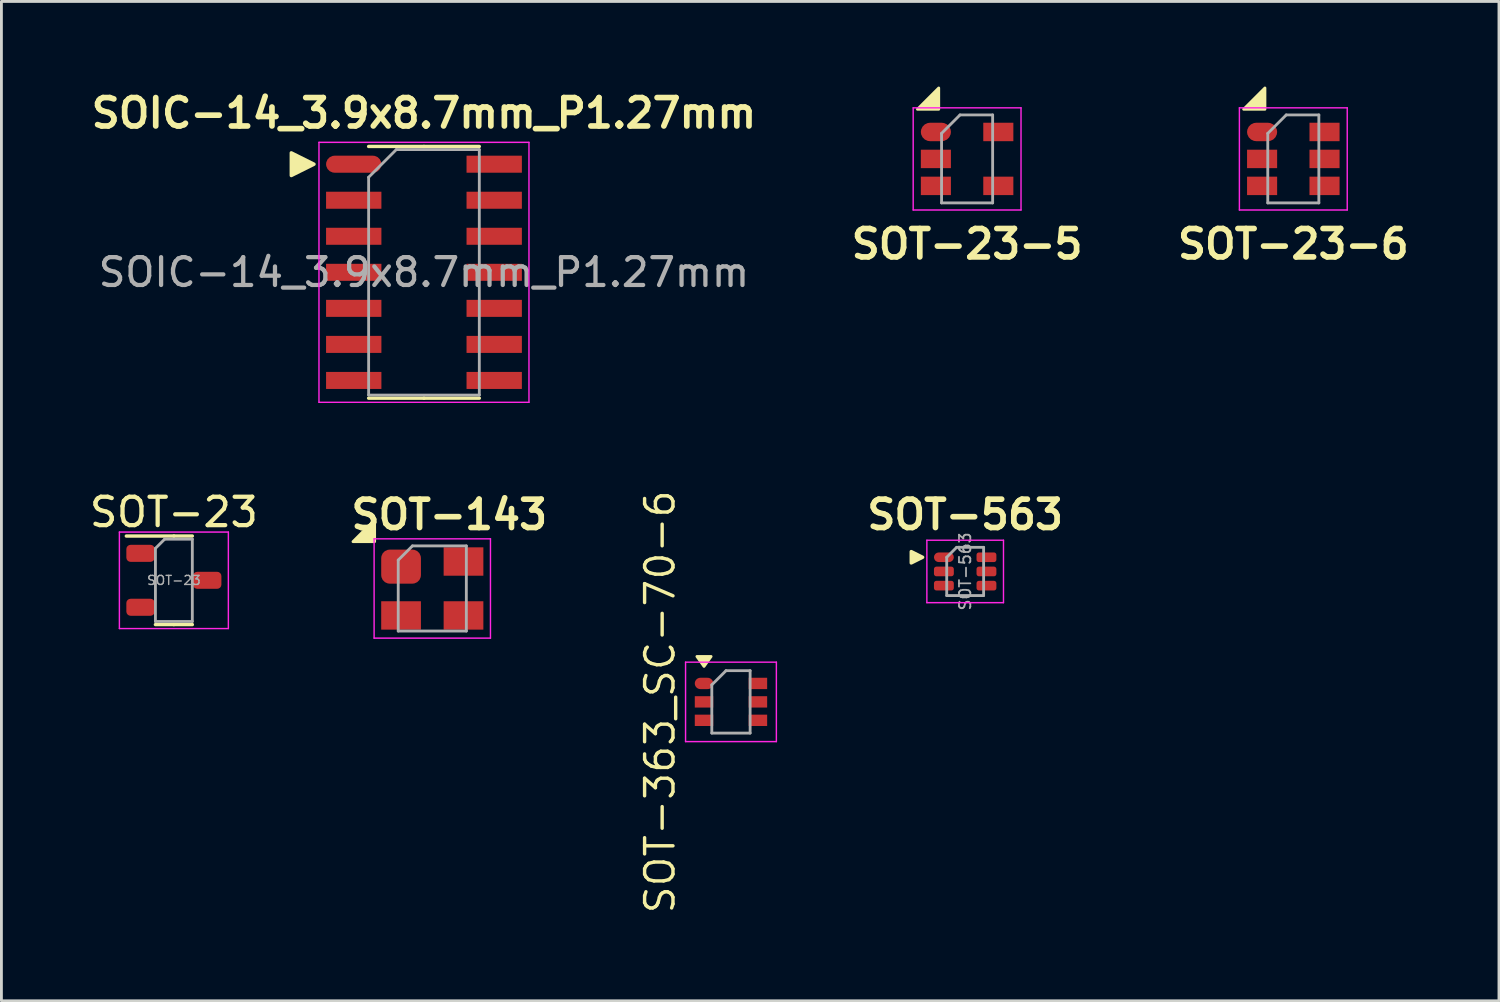
<source format=kicad_pcb>
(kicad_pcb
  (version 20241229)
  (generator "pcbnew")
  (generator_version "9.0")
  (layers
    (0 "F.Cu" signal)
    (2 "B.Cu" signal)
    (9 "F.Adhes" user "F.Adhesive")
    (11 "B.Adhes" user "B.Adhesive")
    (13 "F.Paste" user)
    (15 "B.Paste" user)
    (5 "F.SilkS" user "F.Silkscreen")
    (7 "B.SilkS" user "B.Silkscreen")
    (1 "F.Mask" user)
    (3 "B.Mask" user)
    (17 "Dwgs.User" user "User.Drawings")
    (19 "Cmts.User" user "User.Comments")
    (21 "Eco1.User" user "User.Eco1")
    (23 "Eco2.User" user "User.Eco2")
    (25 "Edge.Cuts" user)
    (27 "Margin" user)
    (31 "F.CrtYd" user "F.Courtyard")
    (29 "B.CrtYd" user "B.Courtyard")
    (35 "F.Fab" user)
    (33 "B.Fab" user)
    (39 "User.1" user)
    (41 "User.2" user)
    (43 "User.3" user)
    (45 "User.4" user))
  (footprint "SOT-23-5"
    (layer "F.Cu")
    (at 31.029 2.55)
    (property "Reference" "SOT-23-5" (at 0 3 0) (layer "F.SilkS") (effects (font (size 1 1) (thickness 0.2))))
    (attr smd)
    (fp_poly (pts (xy -1.75 -1.75) (xy -1 -1.75) (xy -1 -2.5)) (stroke (width 0.1) (type solid)) (fill yes) (layer "F.SilkS"))
    (fp_line (start -1.9 -1.8) (end -1.9 1.8) (stroke (width 0.05) (type solid)) (layer "F.CrtYd"))
    (fp_line (start -1.9 1.8) (end 1.9 1.8) (stroke (width 0.05) (type solid)) (layer "F.CrtYd"))
    (fp_line (start 1.9 -1.8) (end -1.9 -1.8) (stroke (width 0.05) (type solid)) (layer "F.CrtYd"))
    (fp_line (start 1.9 1.8) (end 1.9 -1.8) (stroke (width 0.05) (type solid)) (layer "F.CrtYd"))
    (fp_line (start -0.9 -0.9) (end -0.9 1.55) (stroke (width 0.1) (type solid)) (layer "F.Fab"))
    (fp_line (start -0.9 -0.9) (end -0.25 -1.55) (stroke (width 0.1) (type solid)) (layer "F.Fab"))
    (fp_line (start 0.9 -1.55) (end -0.25 -1.55) (stroke (width 0.1) (type solid)) (layer "F.Fab"))
    (fp_line (start 0.9 -1.55) (end 0.9 1.55) (stroke (width 0.1) (type solid)) (layer "F.Fab"))
    (fp_line (start 0.9 1.55) (end -0.9 1.55) (stroke (width 0.1) (type solid)) (layer "F.Fab"))
    (pad "1" smd roundrect (at -1.1 -0.95) (size 1.06 0.65) (layers "F.Cu" "F.Mask" "F.Paste") (roundrect_rratio 0.5))
    (pad "2" smd rect (at -1.1 0) (size 1.06 0.65) (layers "F.Cu" "F.Mask" "F.Paste"))
    (pad "3" smd rect (at -1.1 0.95) (size 1.06 0.65) (layers "F.Cu" "F.Mask" "F.Paste"))
    (pad "4" smd rect (at 1.1 0.95) (size 1.06 0.65) (layers "F.Cu" "F.Mask" "F.Paste"))
    (pad "5" smd rect (at 1.1 -0.95) (size 1.06 0.65) (layers "F.Cu" "F.Mask" "F.Paste")))
  (footprint "SOT-23"
    (layer "F.Cu")
    (at 3.077 17.399)
    (property "Reference" "SOT-23" (at 0 -2.4 0) (layer "F.SilkS") (effects (font (size 1 1) (thickness 0.15))))
    (attr smd)
    (fp_line (start 0 -1.56) (end -1.675 -1.56) (stroke (width 0.12) (type solid)) (layer "F.SilkS"))
    (fp_line (start 0 -1.56) (end 0.65 -1.56) (stroke (width 0.12) (type solid)) (layer "F.SilkS"))
    (fp_line (start 0 1.56) (end -0.65 1.56) (stroke (width 0.12) (type solid)) (layer "F.SilkS"))
    (fp_line (start 0 1.56) (end 0.65 1.56) (stroke (width 0.12) (type solid)) (layer "F.SilkS"))
    (fp_line (start -1.92 -1.7) (end -1.92 1.7) (stroke (width 0.05) (type solid)) (layer "F.CrtYd"))
    (fp_line (start -1.92 1.7) (end 1.92 1.7) (stroke (width 0.05) (type solid)) (layer "F.CrtYd"))
    (fp_line (start 1.92 -1.7) (end -1.92 -1.7) (stroke (width 0.05) (type solid)) (layer "F.CrtYd"))
    (fp_line (start 1.92 1.7) (end 1.92 -1.7) (stroke (width 0.05) (type solid)) (layer "F.CrtYd"))
    (fp_line (start -0.65 -1.125) (end -0.325 -1.45) (stroke (width 0.1) (type solid)) (layer "F.Fab"))
    (fp_line (start -0.65 1.45) (end -0.65 -1.125) (stroke (width 0.1) (type solid)) (layer "F.Fab"))
    (fp_line (start -0.325 -1.45) (end 0.65 -1.45) (stroke (width 0.1) (type solid)) (layer "F.Fab"))
    (fp_line (start 0.65 -1.45) (end 0.65 1.45) (stroke (width 0.1) (type solid)) (layer "F.Fab"))
    (fp_line (start 0.65 1.45) (end -0.65 1.45) (stroke (width 0.1) (type solid)) (layer "F.Fab"))
    (fp_text user "${REFERENCE}" (at 0 0 0) (layer "F.Fab") (effects (font (size 0.32 0.32) (thickness 0.05))))
    (pad "1" smd roundrect (at -1.175 -0.95) (size 1 0.6) (layers "F.Cu" "F.Mask" "F.Paste") (roundrect_rratio 0.25))
    (pad "2" smd roundrect (at -1.175 0.95) (size 1 0.6) (layers "F.Cu" "F.Mask" "F.Paste") (roundrect_rratio 0.25))
    (pad "3" smd roundrect (at 1.175 0) (size 1 0.6) (layers "F.Cu" "F.Mask" "F.Paste") (roundrect_rratio 0.25)))
  (footprint "SOT-363_SC-70-6"
    (layer "F.Cu")
    (at 22.708 21.683)
    (property "Reference" "SOT-363_SC-70-6" (at -2.5 0 90) (layer "F.SilkS") (effects (font (size 1 1) (thickness 0.12))))
    (attr smd)
    (fp_poly (pts (xy -0.95 -1.25) (xy -1.2 -1.6) (xy -0.7 -1.6)) (stroke (width 0.1) (type solid)) (fill yes) (layer "F.SilkS"))
    (fp_line (start -1.6 -1.4) (end -1.6 1.4) (stroke (width 0.05) (type solid)) (layer "F.CrtYd"))
    (fp_line (start -1.6 -1.4) (end 1.6 -1.4) (stroke (width 0.05) (type solid)) (layer "F.CrtYd"))
    (fp_line (start -1.6 1.4) (end 1.6 1.4) (stroke (width 0.05) (type solid)) (layer "F.CrtYd"))
    (fp_line (start 1.6 1.4) (end 1.6 -1.4) (stroke (width 0.05) (type solid)) (layer "F.CrtYd"))
    (fp_line (start -0.675 -0.6) (end -0.675 1.1) (stroke (width 0.1) (type solid)) (layer "F.Fab"))
    (fp_line (start -0.175 -1.1) (end -0.675 -0.6) (stroke (width 0.1) (type solid)) (layer "F.Fab"))
    (fp_line (start 0.675 -1.1) (end -0.175 -1.1) (stroke (width 0.1) (type solid)) (layer "F.Fab"))
    (fp_line (start 0.675 -1.1) (end 0.675 1.1) (stroke (width 0.1) (type solid)) (layer "F.Fab"))
    (fp_line (start 0.675 1.1) (end -0.675 1.1) (stroke (width 0.1) (type solid)) (layer "F.Fab"))
    (pad "1" smd oval (at -0.95 -0.65) (size 0.65 0.4) (layers "F.Cu" "F.Mask" "F.Paste"))
    (pad "2" smd rect (at -0.95 0) (size 0.65 0.4) (layers "F.Cu" "F.Mask" "F.Paste"))
    (pad "3" smd rect (at -0.95 0.65) (size 0.65 0.4) (layers "F.Cu" "F.Mask" "F.Paste"))
    (pad "4" smd rect (at 0.95 0.65) (size 0.65 0.4) (layers "F.Cu" "F.Mask" "F.Paste"))
    (pad "5" smd rect (at 0.95 0) (size 0.65 0.4) (layers "F.Cu" "F.Mask" "F.Paste"))
    (pad "6" smd rect (at 0.95 -0.65) (size 0.65 0.4) (layers "F.Cu" "F.Mask" "F.Paste")))
  (footprint "SOT-143"
    (layer "F.Cu")
    (at 12.183 17.687)
    (property "Reference" "SOT-143" (at 0.6 -2.6 0) (layer "F.SilkS") (effects (font (size 1 1) (thickness 0.2))))
    (attr smd)
    (fp_poly (pts (xy -2.032 -1.651) (xy -2.794 -1.651) (xy -2.032 -2.413)) (stroke (width 0.1) (type solid)) (fill yes) (layer "F.SilkS"))
    (fp_line (start -2.05 1.75) (end -2.05 -1.75) (stroke (width 0.05) (type solid)) (layer "F.CrtYd"))
    (fp_line (start -2.05 1.75) (end 2.05 1.75) (stroke (width 0.05) (type solid)) (layer "F.CrtYd"))
    (fp_line (start 2.05 -1.75) (end -2.05 -1.75) (stroke (width 0.05) (type solid)) (layer "F.CrtYd"))
    (fp_line (start 2.05 -1.75) (end 2.05 1.75) (stroke (width 0.05) (type solid)) (layer "F.CrtYd"))
    (fp_line (start -1.2 -1) (end -0.7 -1.5) (stroke (width 0.1) (type solid)) (layer "F.Fab"))
    (fp_line (start -1.2 1.5) (end -1.2 -1) (stroke (width 0.1) (type solid)) (layer "F.Fab"))
    (fp_line (start -0.7 -1.5) (end 1.2 -1.5) (stroke (width 0.1) (type solid)) (layer "F.Fab"))
    (fp_line (start 1.2 -1.5) (end 1.2 1.5) (stroke (width 0.1) (type solid)) (layer "F.Fab"))
    (fp_line (start 1.2 1.5) (end -1.2 1.5) (stroke (width 0.1) (type solid)) (layer "F.Fab"))
    (pad "1" smd roundrect (at -1.1 -0.77 270) (size 1.2 1.4) (layers "F.Cu" "F.Mask" "F.Paste") (roundrect_rratio 0.25))
    (pad "2" smd rect (at -1.1 0.95 270) (size 1 1.4) (layers "F.Cu" "F.Mask" "F.Paste"))
    (pad "3" smd rect (at 1.1 0.95 270) (size 1 1.4) (layers "F.Cu" "F.Mask" "F.Paste"))
    (pad "4" smd rect (at 1.1 -0.95 270) (size 1 1.4) (layers "F.Cu" "F.Mask" "F.Paste")))
  (footprint "SOT-563"
    (layer "F.Cu")
    (at 30.961 17.087)
    (property "Reference" "SOT-563" (at 0 -2 0) (layer "F.SilkS") (effects (font (size 1 1) (thickness 0.2))))
    (attr smd)
    (fp_poly (pts (xy -1.5 -0.5) (xy -1.9 -0.3) (xy -1.9 -0.7)) (stroke (width 0.12) (type solid)) (fill yes) (layer "F.SilkS"))
    (fp_line (start -1.35 -1.1) (end -1.35 1.1) (stroke (width 0.05) (type solid)) (layer "F.CrtYd"))
    (fp_line (start -1.35 -1.1) (end 1.35 -1.1) (stroke (width 0.05) (type solid)) (layer "F.CrtYd"))
    (fp_line (start 1.35 1.1) (end -1.35 1.1) (stroke (width 0.05) (type solid)) (layer "F.CrtYd"))
    (fp_line (start 1.35 1.1) (end 1.35 -1.1) (stroke (width 0.05) (type solid)) (layer "F.CrtYd"))
    (fp_line (start -0.65 -0.5) (end -0.65 0.85) (stroke (width 0.1) (type solid)) (layer "F.Fab"))
    (fp_line (start -0.65 -0.5) (end -0.3 -0.85) (stroke (width 0.1) (type solid)) (layer "F.Fab"))
    (fp_line (start -0.65 0.85) (end 0.65 0.85) (stroke (width 0.1) (type solid)) (layer "F.Fab"))
    (fp_line (start 0.65 -0.85) (end -0.3 -0.85) (stroke (width 0.1) (type solid)) (layer "F.Fab"))
    (fp_line (start 0.65 0.85) (end 0.65 -0.85) (stroke (width 0.1) (type solid)) (layer "F.Fab"))
    (fp_text user "${REFERENCE}" (at 0 0 90) (layer "F.Fab") (effects (font (size 0.4 0.4) (thickness 0.062))))
    (pad "1" smd roundrect (at -0.75 -0.5) (size 0.7 0.34) (layers "F.Cu" "F.Mask" "F.Paste") (roundrect_rratio 0.5))
    (pad "2" smd roundrect (at -0.75 0) (size 0.7 0.34) (layers "F.Cu" "F.Mask" "F.Paste") (roundrect_rratio 0.25))
    (pad "3" smd roundrect (at -0.75 0.5) (size 0.7 0.34) (layers "F.Cu" "F.Mask" "F.Paste") (roundrect_rratio 0.25))
    (pad "4" smd roundrect (at 0.75 0.5) (size 0.7 0.34) (layers "F.Cu" "F.Mask" "F.Paste") (roundrect_rratio 0.25))
    (pad "5" smd roundrect (at 0.75 0) (size 0.7 0.34) (layers "F.Cu" "F.Mask" "F.Paste") (roundrect_rratio 0.25))
    (pad "6" smd roundrect (at 0.75 -0.5) (size 0.7 0.34) (layers "F.Cu" "F.Mask" "F.Paste") (roundrect_rratio 0.25)))
  (footprint "SOT-23-6"
    (layer "F.Cu")
    (at 42.524 2.55)
    (property "Reference" "SOT-23-6" (at 0 3 0) (layer "F.SilkS") (effects (font (size 1 1) (thickness 0.2))))
    (attr smd)
    (fp_poly (pts (xy -1.75 -1.75) (xy -1 -1.75) (xy -1 -2.5)) (stroke (width 0.1) (type solid)) (fill yes) (layer "F.SilkS"))
    (fp_line (start -1.9 -1.8) (end -1.9 1.8) (stroke (width 0.05) (type solid)) (layer "F.CrtYd"))
    (fp_line (start -1.9 1.8) (end 1.9 1.8) (stroke (width 0.05) (type solid)) (layer "F.CrtYd"))
    (fp_line (start 1.9 -1.8) (end -1.9 -1.8) (stroke (width 0.05) (type solid)) (layer "F.CrtYd"))
    (fp_line (start 1.9 1.8) (end 1.9 -1.8) (stroke (width 0.05) (type solid)) (layer "F.CrtYd"))
    (fp_line (start -0.9 -0.9) (end -0.9 1.55) (stroke (width 0.1) (type solid)) (layer "F.Fab"))
    (fp_line (start -0.9 -0.9) (end -0.25 -1.55) (stroke (width 0.1) (type solid)) (layer "F.Fab"))
    (fp_line (start 0.9 -1.55) (end -0.25 -1.55) (stroke (width 0.1) (type solid)) (layer "F.Fab"))
    (fp_line (start 0.9 -1.55) (end 0.9 1.55) (stroke (width 0.1) (type solid)) (layer "F.Fab"))
    (fp_line (start 0.9 1.55) (end -0.9 1.55) (stroke (width 0.1) (type solid)) (layer "F.Fab"))
    (pad "1" smd roundrect (at -1.1 -0.95) (size 1.06 0.65) (layers "F.Cu" "F.Mask" "F.Paste") (roundrect_rratio 0.5))
    (pad "2" smd rect (at -1.1 0) (size 1.06 0.65) (layers "F.Cu" "F.Mask" "F.Paste"))
    (pad "3" smd rect (at -1.1 0.95) (size 1.06 0.65) (layers "F.Cu" "F.Mask" "F.Paste"))
    (pad "4" smd rect (at 1.1 0.95) (size 1.06 0.65) (layers "F.Cu" "F.Mask" "F.Paste"))
    (pad "5" smd rect (at 1.1 0) (size 1.06 0.65) (layers "F.Cu" "F.Mask" "F.Paste"))
    (pad "6" smd rect (at 1.1 -0.95) (size 1.06 0.65) (layers "F.Cu" "F.Mask" "F.Paste")))
  (footprint "SOIC-14_3.9x8.7mm_P1.27mm"
    (layer "F.Cu")
    (at 11.89 6.546)
    (property "Reference" "SOIC-14_3.9x8.7mm_P1.27mm" (at 0 -5.61 0) (layer "F.SilkS") (effects (font (size 1 1) (thickness 0.2) (bold yes))))
    (attr smd)
    (fp_line (start 0 -4.435) (end -1.95 -4.435) (stroke (width 0.12) (type solid)) (layer "F.SilkS"))
    (fp_line (start 0 -4.435) (end 1.95 -4.435) (stroke (width 0.12) (type solid)) (layer "F.SilkS"))
    (fp_line (start 0 4.435) (end -1.95 4.435) (stroke (width 0.12) (type solid)) (layer "F.SilkS"))
    (fp_line (start 0 4.435) (end 1.95 4.435) (stroke (width 0.12) (type solid)) (layer "F.SilkS"))
    (fp_poly (pts (xy -3.875 -3.81) (xy -4.675 -3.41) (xy -4.675 -4.21) (xy -3.875 -3.81)) (stroke (width 0.12) (type solid)) (fill yes) (layer "F.SilkS"))
    (fp_line (start -3.7 -4.58) (end -3.7 4.58) (stroke (width 0.05) (type solid)) (layer "F.CrtYd"))
    (fp_line (start -3.7 4.58) (end 3.7 4.58) (stroke (width 0.05) (type solid)) (layer "F.CrtYd"))
    (fp_line (start 3.7 -4.58) (end -3.7 -4.58) (stroke (width 0.05) (type solid)) (layer "F.CrtYd"))
    (fp_line (start 3.7 4.58) (end 3.7 -4.58) (stroke (width 0.05) (type solid)) (layer "F.CrtYd"))
    (fp_line (start -1.95 -3.35) (end -0.975 -4.325) (stroke (width 0.1) (type solid)) (layer "F.Fab"))
    (fp_line (start -1.95 4.325) (end -1.95 -3.35) (stroke (width 0.1) (type solid)) (layer "F.Fab"))
    (fp_line (start -0.975 -4.325) (end 1.95 -4.325) (stroke (width 0.1) (type solid)) (layer "F.Fab"))
    (fp_line (start 1.95 -4.325) (end 1.95 4.325) (stroke (width 0.1) (type solid)) (layer "F.Fab"))
    (fp_line (start 1.95 4.325) (end -1.95 4.325) (stroke (width 0.1) (type solid)) (layer "F.Fab"))
    (fp_text user "${REFERENCE}" (at 0 0 0) (layer "F.Fab") (effects (font (size 0.98 0.98) (thickness 0.15))))
    (pad "1" smd roundrect (at -2.475 -3.81) (size 1.95 0.6) (layers "F.Cu" "F.Mask" "F.Paste") (roundrect_rratio 0.5))
    (pad "2" smd rect (at -2.475 -2.54) (size 1.95 0.6) (layers "F.Cu" "F.Mask" "F.Paste"))
    (pad "3" smd rect (at -2.475 -1.27) (size 1.95 0.6) (layers "F.Cu" "F.Mask" "F.Paste"))
    (pad "4" smd rect (at -2.475 0) (size 1.95 0.6) (layers "F.Cu" "F.Mask" "F.Paste"))
    (pad "5" smd rect (at -2.475 1.27) (size 1.95 0.6) (layers "F.Cu" "F.Mask" "F.Paste"))
    (pad "6" smd rect (at -2.475 2.54) (size 1.95 0.6) (layers "F.Cu" "F.Mask" "F.Paste"))
    (pad "7" smd rect (at -2.475 3.81) (size 1.95 0.6) (layers "F.Cu" "F.Mask" "F.Paste"))
    (pad "8" smd rect (at 2.475 3.81) (size 1.95 0.6) (layers "F.Cu" "F.Mask" "F.Paste"))
    (pad "9" smd rect (at 2.475 2.54) (size 1.95 0.6) (layers "F.Cu" "F.Mask" "F.Paste"))
    (pad "10" smd rect (at 2.475 1.27) (size 1.95 0.6) (layers "F.Cu" "F.Mask" "F.Paste"))
    (pad "11" smd rect (at 2.475 0) (size 1.95 0.6) (layers "F.Cu" "F.Mask" "F.Paste"))
    (pad "12" smd rect (at 2.475 -1.27) (size 1.95 0.6) (layers "F.Cu" "F.Mask" "F.Paste"))
    (pad "13" smd rect (at 2.475 -2.54) (size 1.95 0.6) (layers "F.Cu" "F.Mask" "F.Paste"))
    (pad "14" smd rect (at 2.475 -3.81) (size 1.95 0.6) (layers "F.Cu" "F.Mask" "F.Paste")))
  (gr_rect
    (start -3 -3)
    (end 49.771 32.216)
    (stroke (width 0.1) (type default))
    (fill no)
    (layer "Edge.Cuts")))
</source>
